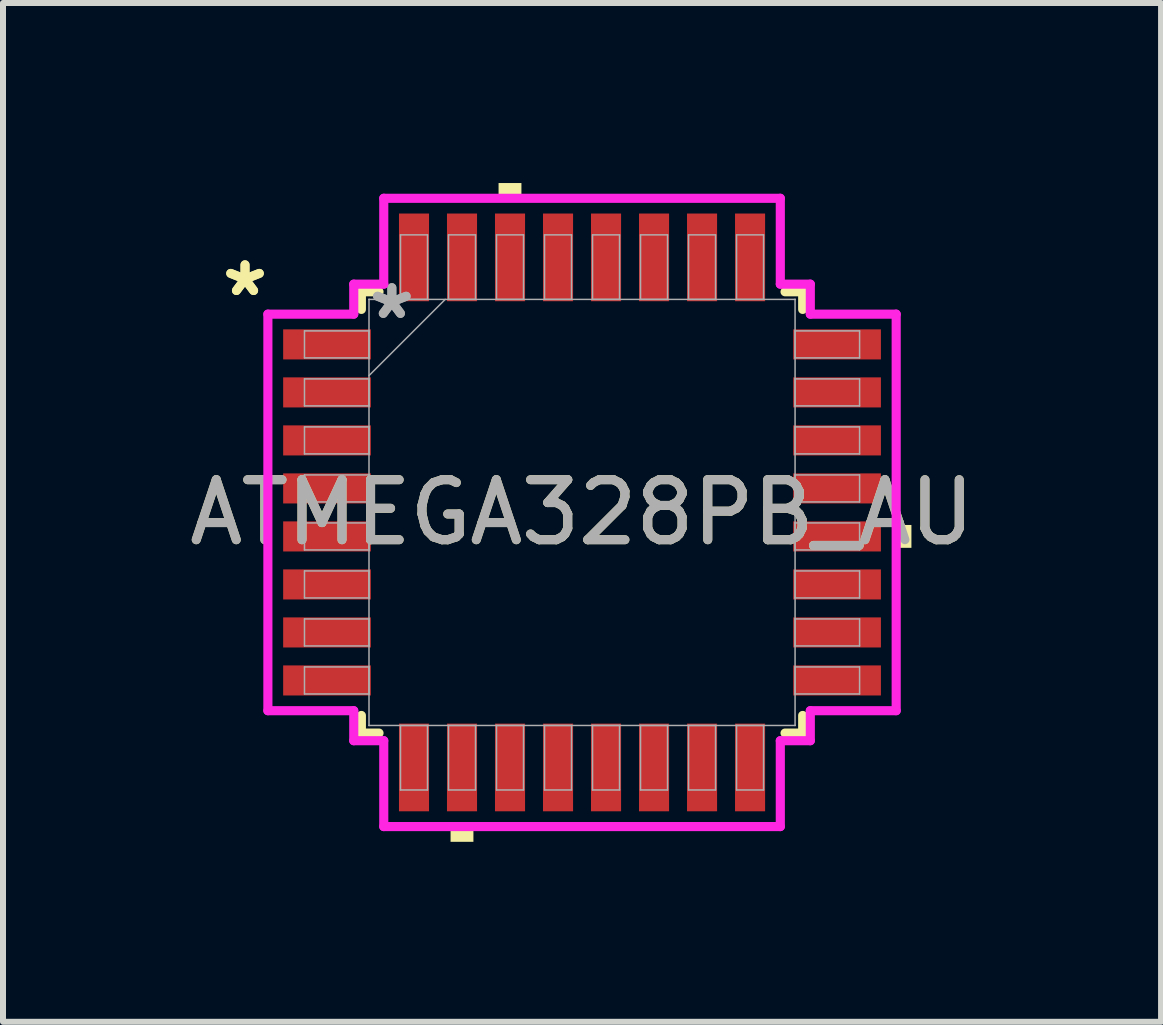
<source format=kicad_pcb>
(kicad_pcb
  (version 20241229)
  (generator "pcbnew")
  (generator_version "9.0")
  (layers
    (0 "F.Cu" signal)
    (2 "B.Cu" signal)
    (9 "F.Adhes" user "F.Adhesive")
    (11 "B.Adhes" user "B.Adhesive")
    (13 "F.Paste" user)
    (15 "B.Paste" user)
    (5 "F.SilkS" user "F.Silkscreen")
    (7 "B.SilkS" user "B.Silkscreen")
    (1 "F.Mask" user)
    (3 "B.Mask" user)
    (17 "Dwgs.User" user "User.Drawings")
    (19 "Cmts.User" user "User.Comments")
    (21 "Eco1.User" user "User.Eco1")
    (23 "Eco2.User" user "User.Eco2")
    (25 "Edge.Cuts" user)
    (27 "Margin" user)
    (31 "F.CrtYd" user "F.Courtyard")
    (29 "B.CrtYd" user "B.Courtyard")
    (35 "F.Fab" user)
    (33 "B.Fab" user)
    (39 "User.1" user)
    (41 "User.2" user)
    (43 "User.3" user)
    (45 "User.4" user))
  (footprint "ATMEGA328PB_AU"
    (layer "F.Cu")
    (at 6.649 5.489)
    (property "Reference" "ATMEGA328PB_AU" (at 0 0 0) (unlocked yes) (layer "F.SilkS") (effects (font (size 1 1) (thickness 0.15))))
    (attr smd)
    (fp_line (start -3.677 -3.677) (end -3.677 -3.383) (stroke (width 0.152) (type solid)) (layer "F.SilkS"))
    (fp_line (start -3.677 3.383) (end -3.677 3.677) (stroke (width 0.152) (type solid)) (layer "F.SilkS"))
    (fp_line (start -3.677 3.677) (end -3.383 3.677) (stroke (width 0.152) (type solid)) (layer "F.SilkS"))
    (fp_line (start -3.383 -3.677) (end -3.677 -3.677) (stroke (width 0.152) (type solid)) (layer "F.SilkS"))
    (fp_line (start 3.383 3.677) (end 3.677 3.677) (stroke (width 0.152) (type solid)) (layer "F.SilkS"))
    (fp_line (start 3.677 -3.677) (end 3.383 -3.677) (stroke (width 0.152) (type solid)) (layer "F.SilkS"))
    (fp_line (start 3.677 -3.383) (end 3.677 -3.677) (stroke (width 0.152) (type solid)) (layer "F.SilkS"))
    (fp_line (start 3.677 3.677) (end 3.677 3.383) (stroke (width 0.152) (type solid)) (layer "F.SilkS"))
    (fp_poly (pts (xy -2.191 5.235) (xy -2.191 5.489) (xy -1.81 5.489) (xy -1.81 5.235)) (stroke (width 0) (type solid)) (fill yes) (layer "F.SilkS"))
    (fp_poly (pts (xy -1.391 -5.235) (xy -1.391 -5.489) (xy -1.01 -5.489) (xy -1.01 -5.235)) (stroke (width 0) (type solid)) (fill yes) (layer "F.SilkS"))
    (fp_poly (pts (xy 5.489 0.209) (xy 5.489 0.59) (xy 5.235 0.59) (xy 5.235 0.209)) (stroke (width 0) (type solid)) (fill yes) (layer "F.SilkS"))
    (fp_line (start -5.235 -3.304) (end -3.804 -3.304) (stroke (width 0.152) (type solid)) (layer "F.CrtYd"))
    (fp_line (start -5.235 3.304) (end -5.235 -3.304) (stroke (width 0.152) (type solid)) (layer "F.CrtYd"))
    (fp_line (start -3.804 -3.804) (end -3.304 -3.804) (stroke (width 0.152) (type solid)) (layer "F.CrtYd"))
    (fp_line (start -3.804 -3.304) (end -3.804 -3.804) (stroke (width 0.152) (type solid)) (layer "F.CrtYd"))
    (fp_line (start -3.804 3.304) (end -5.235 3.304) (stroke (width 0.152) (type solid)) (layer "F.CrtYd"))
    (fp_line (start -3.804 3.804) (end -3.804 3.304) (stroke (width 0.152) (type solid)) (layer "F.CrtYd"))
    (fp_line (start -3.804 3.804) (end -3.304 3.804) (stroke (width 0.152) (type solid)) (layer "F.CrtYd"))
    (fp_line (start -3.304 -5.235) (end 3.304 -5.235) (stroke (width 0.152) (type solid)) (layer "F.CrtYd"))
    (fp_line (start -3.304 -3.804) (end -3.304 -5.235) (stroke (width 0.152) (type solid)) (layer "F.CrtYd"))
    (fp_line (start -3.304 3.804) (end -3.304 5.235) (stroke (width 0.152) (type solid)) (layer "F.CrtYd"))
    (fp_line (start -3.304 5.235) (end 3.304 5.235) (stroke (width 0.152) (type solid)) (layer "F.CrtYd"))
    (fp_line (start 3.304 -5.235) (end 3.304 -3.804) (stroke (width 0.152) (type solid)) (layer "F.CrtYd"))
    (fp_line (start 3.304 -3.804) (end 3.804 -3.804) (stroke (width 0.152) (type solid)) (layer "F.CrtYd"))
    (fp_line (start 3.304 3.804) (end 3.804 3.804) (stroke (width 0.152) (type solid)) (layer "F.CrtYd"))
    (fp_line (start 3.304 5.235) (end 3.304 3.804) (stroke (width 0.152) (type solid)) (layer "F.CrtYd"))
    (fp_line (start 3.804 -3.304) (end 3.804 -3.804) (stroke (width 0.152) (type solid)) (layer "F.CrtYd"))
    (fp_line (start 3.804 3.304) (end 5.235 3.304) (stroke (width 0.152) (type solid)) (layer "F.CrtYd"))
    (fp_line (start 3.804 3.804) (end 3.804 3.304) (stroke (width 0.152) (type solid)) (layer "F.CrtYd"))
    (fp_line (start 5.235 -3.304) (end 3.804 -3.304) (stroke (width 0.152) (type solid)) (layer "F.CrtYd"))
    (fp_line (start 5.235 3.304) (end 5.235 -3.304) (stroke (width 0.152) (type solid)) (layer "F.CrtYd"))
    (fp_line (start -4.625 -3.025) (end -4.625 -2.575) (stroke (width 0.025) (type solid)) (layer "F.Fab"))
    (fp_line (start -4.625 -2.575) (end -3.55 -2.575) (stroke (width 0.025) (type solid)) (layer "F.Fab"))
    (fp_line (start -4.625 -2.225) (end -4.625 -1.775) (stroke (width 0.025) (type solid)) (layer "F.Fab"))
    (fp_line (start -4.625 -1.775) (end -3.55 -1.775) (stroke (width 0.025) (type solid)) (layer "F.Fab"))
    (fp_line (start -4.625 -1.425) (end -4.625 -0.975) (stroke (width 0.025) (type solid)) (layer "F.Fab"))
    (fp_line (start -4.625 -0.975) (end -3.55 -0.975) (stroke (width 0.025) (type solid)) (layer "F.Fab"))
    (fp_line (start -4.625 -0.625) (end -4.625 -0.175) (stroke (width 0.025) (type solid)) (layer "F.Fab"))
    (fp_line (start -4.625 -0.175) (end -3.55 -0.175) (stroke (width 0.025) (type solid)) (layer "F.Fab"))
    (fp_line (start -4.625 0.175) (end -4.625 0.625) (stroke (width 0.025) (type solid)) (layer "F.Fab"))
    (fp_line (start -4.625 0.625) (end -3.55 0.625) (stroke (width 0.025) (type solid)) (layer "F.Fab"))
    (fp_line (start -4.625 0.975) (end -4.625 1.425) (stroke (width 0.025) (type solid)) (layer "F.Fab"))
    (fp_line (start -4.625 1.425) (end -3.55 1.425) (stroke (width 0.025) (type solid)) (layer "F.Fab"))
    (fp_line (start -4.625 1.775) (end -4.625 2.225) (stroke (width 0.025) (type solid)) (layer "F.Fab"))
    (fp_line (start -4.625 2.225) (end -3.55 2.225) (stroke (width 0.025) (type solid)) (layer "F.Fab"))
    (fp_line (start -4.625 2.575) (end -4.625 3.025) (stroke (width 0.025) (type solid)) (layer "F.Fab"))
    (fp_line (start -4.625 3.025) (end -3.55 3.025) (stroke (width 0.025) (type solid)) (layer "F.Fab"))
    (fp_line (start -3.55 -3.55) (end -3.55 -3.55) (stroke (width 0.025) (type solid)) (layer "F.Fab"))
    (fp_line (start -3.55 -3.55) (end -3.55 3.55) (stroke (width 0.025) (type solid)) (layer "F.Fab"))
    (fp_line (start -3.55 -3.025) (end -4.625 -3.025) (stroke (width 0.025) (type solid)) (layer "F.Fab"))
    (fp_line (start -3.55 -2.575) (end -3.55 -3.025) (stroke (width 0.025) (type solid)) (layer "F.Fab"))
    (fp_line (start -3.55 -2.28) (end -2.28 -3.55) (stroke (width 0.025) (type solid)) (layer "F.Fab"))
    (fp_line (start -3.55 -2.225) (end -4.625 -2.225) (stroke (width 0.025) (type solid)) (layer "F.Fab"))
    (fp_line (start -3.55 -1.775) (end -3.55 -2.225) (stroke (width 0.025) (type solid)) (layer "F.Fab"))
    (fp_line (start -3.55 -1.425) (end -4.625 -1.425) (stroke (width 0.025) (type solid)) (layer "F.Fab"))
    (fp_line (start -3.55 -0.975) (end -3.55 -1.425) (stroke (width 0.025) (type solid)) (layer "F.Fab"))
    (fp_line (start -3.55 -0.625) (end -4.625 -0.625) (stroke (width 0.025) (type solid)) (layer "F.Fab"))
    (fp_line (start -3.55 -0.175) (end -3.55 -0.625) (stroke (width 0.025) (type solid)) (layer "F.Fab"))
    (fp_line (start -3.55 0.175) (end -4.625 0.175) (stroke (width 0.025) (type solid)) (layer "F.Fab"))
    (fp_line (start -3.55 0.625) (end -3.55 0.175) (stroke (width 0.025) (type solid)) (layer "F.Fab"))
    (fp_line (start -3.55 0.975) (end -4.625 0.975) (stroke (width 0.025) (type solid)) (layer "F.Fab"))
    (fp_line (start -3.55 1.425) (end -3.55 0.975) (stroke (width 0.025) (type solid)) (layer "F.Fab"))
    (fp_line (start -3.55 1.775) (end -4.625 1.775) (stroke (width 0.025) (type solid)) (layer "F.Fab"))
    (fp_line (start -3.55 2.225) (end -3.55 1.775) (stroke (width 0.025) (type solid)) (layer "F.Fab"))
    (fp_line (start -3.55 2.575) (end -4.625 2.575) (stroke (width 0.025) (type solid)) (layer "F.Fab"))
    (fp_line (start -3.55 3.025) (end -3.55 2.575) (stroke (width 0.025) (type solid)) (layer "F.Fab"))
    (fp_line (start -3.55 3.55) (end -3.55 3.55) (stroke (width 0.025) (type solid)) (layer "F.Fab"))
    (fp_line (start -3.55 3.55) (end 3.55 3.55) (stroke (width 0.025) (type solid)) (layer "F.Fab"))
    (fp_line (start -3.025 -4.625) (end -3.025 -3.55) (stroke (width 0.025) (type solid)) (layer "F.Fab"))
    (fp_line (start -3.025 -3.55) (end -2.575 -3.55) (stroke (width 0.025) (type solid)) (layer "F.Fab"))
    (fp_line (start -3.025 3.55) (end -3.025 4.625) (stroke (width 0.025) (type solid)) (layer "F.Fab"))
    (fp_line (start -3.025 4.625) (end -2.575 4.625) (stroke (width 0.025) (type solid)) (layer "F.Fab"))
    (fp_line (start -2.575 3.55) (end -3.025 3.55) (stroke (width 0.025) (type solid)) (layer "F.Fab"))
    (fp_line (start -2.575 4.625) (end -2.575 3.55) (stroke (width 0.025) (type solid)) (layer "F.Fab"))
    (fp_line (start -2.575 -4.625) (end -3.025 -4.625) (stroke (width 0.025) (type solid)) (layer "F.Fab"))
    (fp_line (start -2.575 -3.55) (end -2.575 -4.625) (stroke (width 0.025) (type solid)) (layer "F.Fab"))
    (fp_line (start -2.225 -4.625) (end -2.225 -3.55) (stroke (width 0.025) (type solid)) (layer "F.Fab"))
    (fp_line (start -2.225 -3.55) (end -1.775 -3.55) (stroke (width 0.025) (type solid)) (layer "F.Fab"))
    (fp_line (start -2.225 3.55) (end -2.225 4.625) (stroke (width 0.025) (type solid)) (layer "F.Fab"))
    (fp_line (start -2.225 4.625) (end -1.775 4.625) (stroke (width 0.025) (type solid)) (layer "F.Fab"))
    (fp_line (start -1.775 -4.625) (end -2.225 -4.625) (stroke (width 0.025) (type solid)) (layer "F.Fab"))
    (fp_line (start -1.775 -3.55) (end -1.775 -4.625) (stroke (width 0.025) (type solid)) (layer "F.Fab"))
    (fp_line (start -1.775 3.55) (end -2.225 3.55) (stroke (width 0.025) (type solid)) (layer "F.Fab"))
    (fp_line (start -1.775 4.625) (end -1.775 3.55) (stroke (width 0.025) (type solid)) (layer "F.Fab"))
    (fp_line (start -1.425 -4.625) (end -1.425 -3.55) (stroke (width 0.025) (type solid)) (layer "F.Fab"))
    (fp_line (start -1.425 -3.55) (end -0.975 -3.55) (stroke (width 0.025) (type solid)) (layer "F.Fab"))
    (fp_line (start -1.425 3.55) (end -1.425 4.625) (stroke (width 0.025) (type solid)) (layer "F.Fab"))
    (fp_line (start -1.425 4.625) (end -0.975 4.625) (stroke (width 0.025) (type solid)) (layer "F.Fab"))
    (fp_line (start -0.975 -4.625) (end -1.425 -4.625) (stroke (width 0.025) (type solid)) (layer "F.Fab"))
    (fp_line (start -0.975 -3.55) (end -0.975 -4.625) (stroke (width 0.025) (type solid)) (layer "F.Fab"))
    (fp_line (start -0.975 3.55) (end -1.425 3.55) (stroke (width 0.025) (type solid)) (layer "F.Fab"))
    (fp_line (start -0.975 4.625) (end -0.975 3.55) (stroke (width 0.025) (type solid)) (layer "F.Fab"))
    (fp_line (start -0.625 -4.625) (end -0.625 -3.55) (stroke (width 0.025) (type solid)) (layer "F.Fab"))
    (fp_line (start -0.625 -3.55) (end -0.175 -3.55) (stroke (width 0.025) (type solid)) (layer "F.Fab"))
    (fp_line (start -0.625 3.55) (end -0.625 4.625) (stroke (width 0.025) (type solid)) (layer "F.Fab"))
    (fp_line (start -0.625 4.625) (end -0.175 4.625) (stroke (width 0.025) (type solid)) (layer "F.Fab"))
    (fp_line (start -0.175 -4.625) (end -0.625 -4.625) (stroke (width 0.025) (type solid)) (layer "F.Fab"))
    (fp_line (start -0.175 -3.55) (end -0.175 -4.625) (stroke (width 0.025) (type solid)) (layer "F.Fab"))
    (fp_line (start -0.175 3.55) (end -0.625 3.55) (stroke (width 0.025) (type solid)) (layer "F.Fab"))
    (fp_line (start -0.175 4.625) (end -0.175 3.55) (stroke (width 0.025) (type solid)) (layer "F.Fab"))
    (fp_line (start 0.175 -4.625) (end 0.175 -3.55) (stroke (width 0.025) (type solid)) (layer "F.Fab"))
    (fp_line (start 0.175 -3.55) (end 0.625 -3.55) (stroke (width 0.025) (type solid)) (layer "F.Fab"))
    (fp_line (start 0.175 3.55) (end 0.175 4.625) (stroke (width 0.025) (type solid)) (layer "F.Fab"))
    (fp_line (start 0.175 4.625) (end 0.625 4.625) (stroke (width 0.025) (type solid)) (layer "F.Fab"))
    (fp_line (start 0.625 -4.625) (end 0.175 -4.625) (stroke (width 0.025) (type solid)) (layer "F.Fab"))
    (fp_line (start 0.625 -3.55) (end 0.625 -4.625) (stroke (width 0.025) (type solid)) (layer "F.Fab"))
    (fp_line (start 0.625 3.55) (end 0.175 3.55) (stroke (width 0.025) (type solid)) (layer "F.Fab"))
    (fp_line (start 0.625 4.625) (end 0.625 3.55) (stroke (width 0.025) (type solid)) (layer "F.Fab"))
    (fp_line (start 0.975 -4.625) (end 0.975 -3.55) (stroke (width 0.025) (type solid)) (layer "F.Fab"))
    (fp_line (start 0.975 -3.55) (end 1.425 -3.55) (stroke (width 0.025) (type solid)) (layer "F.Fab"))
    (fp_line (start 0.975 3.55) (end 0.975 4.625) (stroke (width 0.025) (type solid)) (layer "F.Fab"))
    (fp_line (start 0.975 4.625) (end 1.425 4.625) (stroke (width 0.025) (type solid)) (layer "F.Fab"))
    (fp_line (start 1.425 -4.625) (end 0.975 -4.625) (stroke (width 0.025) (type solid)) (layer "F.Fab"))
    (fp_line (start 1.425 -3.55) (end 1.425 -4.625) (stroke (width 0.025) (type solid)) (layer "F.Fab"))
    (fp_line (start 1.425 3.55) (end 0.975 3.55) (stroke (width 0.025) (type solid)) (layer "F.Fab"))
    (fp_line (start 1.425 4.625) (end 1.425 3.55) (stroke (width 0.025) (type solid)) (layer "F.Fab"))
    (fp_line (start 1.775 -4.625) (end 1.775 -3.55) (stroke (width 0.025) (type solid)) (layer "F.Fab"))
    (fp_line (start 1.775 -3.55) (end 2.225 -3.55) (stroke (width 0.025) (type solid)) (layer "F.Fab"))
    (fp_line (start 1.775 3.55) (end 1.775 4.625) (stroke (width 0.025) (type solid)) (layer "F.Fab"))
    (fp_line (start 1.775 4.625) (end 2.225 4.625) (stroke (width 0.025) (type solid)) (layer "F.Fab"))
    (fp_line (start 2.225 -4.625) (end 1.775 -4.625) (stroke (width 0.025) (type solid)) (layer "F.Fab"))
    (fp_line (start 2.225 -3.55) (end 2.225 -4.625) (stroke (width 0.025) (type solid)) (layer "F.Fab"))
    (fp_line (start 2.225 3.55) (end 1.775 3.55) (stroke (width 0.025) (type solid)) (layer "F.Fab"))
    (fp_line (start 2.225 4.625) (end 2.225 3.55) (stroke (width 0.025) (type solid)) (layer "F.Fab"))
    (fp_line (start 2.575 3.55) (end 2.575 4.625) (stroke (width 0.025) (type solid)) (layer "F.Fab"))
    (fp_line (start 2.575 4.625) (end 3.025 4.625) (stroke (width 0.025) (type solid)) (layer "F.Fab"))
    (fp_line (start 2.575 -4.625) (end 2.575 -3.55) (stroke (width 0.025) (type solid)) (layer "F.Fab"))
    (fp_line (start 2.575 -3.55) (end 3.025 -3.55) (stroke (width 0.025) (type solid)) (layer "F.Fab"))
    (fp_line (start 3.025 -4.625) (end 2.575 -4.625) (stroke (width 0.025) (type solid)) (layer "F.Fab"))
    (fp_line (start 3.025 -3.55) (end 3.025 -4.625) (stroke (width 0.025) (type solid)) (layer "F.Fab"))
    (fp_line (start 3.025 3.55) (end 2.575 3.55) (stroke (width 0.025) (type solid)) (layer "F.Fab"))
    (fp_line (start 3.025 4.625) (end 3.025 3.55) (stroke (width 0.025) (type solid)) (layer "F.Fab"))
    (fp_line (start 3.55 -3.55) (end -3.55 -3.55) (stroke (width 0.025) (type solid)) (layer "F.Fab"))
    (fp_line (start 3.55 -3.55) (end 3.55 -3.55) (stroke (width 0.025) (type solid)) (layer "F.Fab"))
    (fp_line (start 3.55 -3.025) (end 3.55 -2.575) (stroke (width 0.025) (type solid)) (layer "F.Fab"))
    (fp_line (start 3.55 -2.575) (end 4.625 -2.575) (stroke (width 0.025) (type solid)) (layer "F.Fab"))
    (fp_line (start 3.55 -2.225) (end 3.55 -1.775) (stroke (width 0.025) (type solid)) (layer "F.Fab"))
    (fp_line (start 3.55 -1.775) (end 4.625 -1.775) (stroke (width 0.025) (type solid)) (layer "F.Fab"))
    (fp_line (start 3.55 -1.425) (end 3.55 -0.975) (stroke (width 0.025) (type solid)) (layer "F.Fab"))
    (fp_line (start 3.55 -0.975) (end 4.625 -0.975) (stroke (width 0.025) (type solid)) (layer "F.Fab"))
    (fp_line (start 3.55 -0.625) (end 3.55 -0.175) (stroke (width 0.025) (type solid)) (layer "F.Fab"))
    (fp_line (start 3.55 -0.175) (end 4.625 -0.175) (stroke (width 0.025) (type solid)) (layer "F.Fab"))
    (fp_line (start 3.55 0.175) (end 3.55 0.625) (stroke (width 0.025) (type solid)) (layer "F.Fab"))
    (fp_line (start 3.55 0.625) (end 4.625 0.625) (stroke (width 0.025) (type solid)) (layer "F.Fab"))
    (fp_line (start 3.55 0.975) (end 3.55 1.425) (stroke (width 0.025) (type solid)) (layer "F.Fab"))
    (fp_line (start 3.55 1.425) (end 4.625 1.425) (stroke (width 0.025) (type solid)) (layer "F.Fab"))
    (fp_line (start 3.55 1.775) (end 3.55 2.225) (stroke (width 0.025) (type solid)) (layer "F.Fab"))
    (fp_line (start 3.55 2.225) (end 4.625 2.225) (stroke (width 0.025) (type solid)) (layer "F.Fab"))
    (fp_line (start 3.55 2.575) (end 3.55 3.025) (stroke (width 0.025) (type solid)) (layer "F.Fab"))
    (fp_line (start 3.55 3.025) (end 4.625 3.025) (stroke (width 0.025) (type solid)) (layer "F.Fab"))
    (fp_line (start 3.55 3.55) (end 3.55 -3.55) (stroke (width 0.025) (type solid)) (layer "F.Fab"))
    (fp_line (start 3.55 3.55) (end 3.55 3.55) (stroke (width 0.025) (type solid)) (layer "F.Fab"))
    (fp_line (start 4.625 -3.025) (end 3.55 -3.025) (stroke (width 0.025) (type solid)) (layer "F.Fab"))
    (fp_line (start 4.625 -2.575) (end 4.625 -3.025) (stroke (width 0.025) (type solid)) (layer "F.Fab"))
    (fp_line (start 4.625 -2.225) (end 3.55 -2.225) (stroke (width 0.025) (type solid)) (layer "F.Fab"))
    (fp_line (start 4.625 -1.775) (end 4.625 -2.225) (stroke (width 0.025) (type solid)) (layer "F.Fab"))
    (fp_line (start 4.625 -1.425) (end 3.55 -1.425) (stroke (width 0.025) (type solid)) (layer "F.Fab"))
    (fp_line (start 4.625 -0.975) (end 4.625 -1.425) (stroke (width 0.025) (type solid)) (layer "F.Fab"))
    (fp_line (start 4.625 -0.625) (end 3.55 -0.625) (stroke (width 0.025) (type solid)) (layer "F.Fab"))
    (fp_line (start 4.625 -0.175) (end 4.625 -0.625) (stroke (width 0.025) (type solid)) (layer "F.Fab"))
    (fp_line (start 4.625 0.175) (end 3.55 0.175) (stroke (width 0.025) (type solid)) (layer "F.Fab"))
    (fp_line (start 4.625 0.625) (end 4.625 0.175) (stroke (width 0.025) (type solid)) (layer "F.Fab"))
    (fp_line (start 4.625 0.975) (end 3.55 0.975) (stroke (width 0.025) (type solid)) (layer "F.Fab"))
    (fp_line (start 4.625 1.425) (end 4.625 0.975) (stroke (width 0.025) (type solid)) (layer "F.Fab"))
    (fp_line (start 4.625 1.775) (end 3.55 1.775) (stroke (width 0.025) (type solid)) (layer "F.Fab"))
    (fp_line (start 4.625 2.225) (end 4.625 1.775) (stroke (width 0.025) (type solid)) (layer "F.Fab"))
    (fp_line (start 4.625 2.575) (end 3.55 2.575) (stroke (width 0.025) (type solid)) (layer "F.Fab"))
    (fp_line (start 4.625 3.025) (end 4.625 2.575) (stroke (width 0.025) (type solid)) (layer "F.Fab"))
    (fp_text user "*" (at -5.616 -3.581 0) (unlocked yes) (layer "F.SilkS") (effects (font (size 1 1) (thickness 0.15))))
    (fp_text user "*" (at -5.616 -3.581 0) (layer "F.SilkS") (effects (font (size 1 1) (thickness 0.15))))
    (fp_text user "${REFERENCE}" (at 0 0 0) (unlocked yes) (layer "F.Fab") (effects (font (size 1 1) (thickness 0.15))))
    (fp_text user "*" (at -3.169 -3.2 0) (layer "F.Fab") (effects (font (size 1 1) (thickness 0.15))))
    (fp_text user "*" (at -3.169 -3.2 0) (unlocked yes) (layer "F.Fab") (effects (font (size 1 1) (thickness 0.15))))
    (pad "1" smd rect (at -4.25 -2.8 90) (size 0.501 1.461) (layers "F.Cu" "F.Mask" "F.Paste"))
    (pad "2" smd rect (at -4.25 -2 90) (size 0.501 1.461) (layers "F.Cu" "F.Mask" "F.Paste"))
    (pad "3" smd rect (at -4.25 -1.2 90) (size 0.501 1.461) (layers "F.Cu" "F.Mask" "F.Paste"))
    (pad "4" smd rect (at -4.25 -0.4 90) (size 0.501 1.461) (layers "F.Cu" "F.Mask" "F.Paste"))
    (pad "5" smd rect (at -4.25 0.4 90) (size 0.501 1.461) (layers "F.Cu" "F.Mask" "F.Paste"))
    (pad "6" smd rect (at -4.25 1.2 90) (size 0.501 1.461) (layers "F.Cu" "F.Mask" "F.Paste"))
    (pad "7" smd rect (at -4.25 2 90) (size 0.501 1.461) (layers "F.Cu" "F.Mask" "F.Paste"))
    (pad "8" smd rect (at -4.25 2.8 90) (size 0.501 1.461) (layers "F.Cu" "F.Mask" "F.Paste"))
    (pad "9" smd rect (at -2.8 4.25) (size 0.501 1.461) (layers "F.Cu" "F.Mask" "F.Paste"))
    (pad "10" smd rect (at -2 4.25) (size 0.501 1.461) (layers "F.Cu" "F.Mask" "F.Paste"))
    (pad "11" smd rect (at -1.2 4.25) (size 0.501 1.461) (layers "F.Cu" "F.Mask" "F.Paste"))
    (pad "12" smd rect (at -0.4 4.25) (size 0.501 1.461) (layers "F.Cu" "F.Mask" "F.Paste"))
    (pad "13" smd rect (at 0.4 4.25) (size 0.501 1.461) (layers "F.Cu" "F.Mask" "F.Paste"))
    (pad "14" smd rect (at 1.2 4.25) (size 0.501 1.461) (layers "F.Cu" "F.Mask" "F.Paste"))
    (pad "15" smd rect (at 2 4.25) (size 0.501 1.461) (layers "F.Cu" "F.Mask" "F.Paste"))
    (pad "16" smd rect (at 2.8 4.25) (size 0.501 1.461) (layers "F.Cu" "F.Mask" "F.Paste"))
    (pad "17" smd rect (at 4.25 2.8 90) (size 0.501 1.461) (layers "F.Cu" "F.Mask" "F.Paste"))
    (pad "18" smd rect (at 4.25 2 90) (size 0.501 1.461) (layers "F.Cu" "F.Mask" "F.Paste"))
    (pad "19" smd rect (at 4.25 1.2 90) (size 0.501 1.461) (layers "F.Cu" "F.Mask" "F.Paste"))
    (pad "20" smd rect (at 4.25 0.4 90) (size 0.501 1.461) (layers "F.Cu" "F.Mask" "F.Paste"))
    (pad "21" smd rect (at 4.25 -0.4 90) (size 0.501 1.461) (layers "F.Cu" "F.Mask" "F.Paste"))
    (pad "22" smd rect (at 4.25 -1.2 90) (size 0.501 1.461) (layers "F.Cu" "F.Mask" "F.Paste"))
    (pad "23" smd rect (at 4.25 -2 90) (size 0.501 1.461) (layers "F.Cu" "F.Mask" "F.Paste"))
    (pad "24" smd rect (at 4.25 -2.8 90) (size 0.501 1.461) (layers "F.Cu" "F.Mask" "F.Paste"))
    (pad "25" smd rect (at 2.8 -4.25) (size 0.501 1.461) (layers "F.Cu" "F.Mask" "F.Paste"))
    (pad "26" smd rect (at 2 -4.25) (size 0.501 1.461) (layers "F.Cu" "F.Mask" "F.Paste"))
    (pad "27" smd rect (at 1.2 -4.25) (size 0.501 1.461) (layers "F.Cu" "F.Mask" "F.Paste"))
    (pad "28" smd rect (at 0.4 -4.25) (size 0.501 1.461) (layers "F.Cu" "F.Mask" "F.Paste"))
    (pad "29" smd rect (at -0.4 -4.25) (size 0.501 1.461) (layers "F.Cu" "F.Mask" "F.Paste"))
    (pad "30" smd rect (at -1.2 -4.25) (size 0.501 1.461) (layers "F.Cu" "F.Mask" "F.Paste"))
    (pad "31" smd rect (at -2 -4.25) (size 0.501 1.461) (layers "F.Cu" "F.Mask" "F.Paste"))
    (pad "32" smd rect (at -2.8 -4.25) (size 0.501 1.461) (layers "F.Cu" "F.Mask" "F.Paste")))
  (gr_rect
    (start -3 -3)
    (end 16.298 13.977)
    (stroke (width 0.1) (type default))
    (fill no)
    (layer "Edge.Cuts")))
</source>
